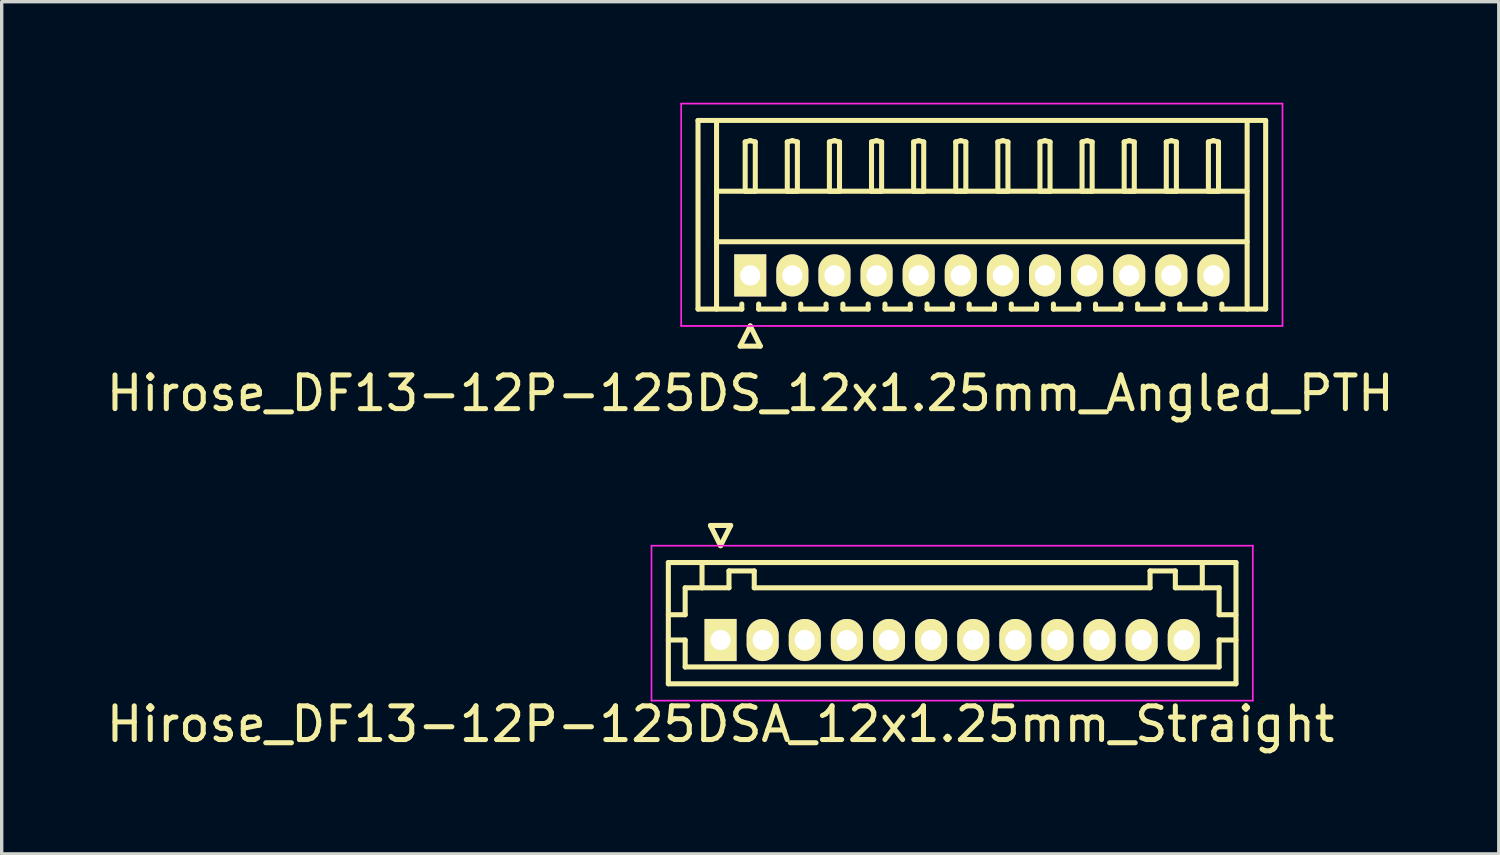
<source format=kicad_pcb>
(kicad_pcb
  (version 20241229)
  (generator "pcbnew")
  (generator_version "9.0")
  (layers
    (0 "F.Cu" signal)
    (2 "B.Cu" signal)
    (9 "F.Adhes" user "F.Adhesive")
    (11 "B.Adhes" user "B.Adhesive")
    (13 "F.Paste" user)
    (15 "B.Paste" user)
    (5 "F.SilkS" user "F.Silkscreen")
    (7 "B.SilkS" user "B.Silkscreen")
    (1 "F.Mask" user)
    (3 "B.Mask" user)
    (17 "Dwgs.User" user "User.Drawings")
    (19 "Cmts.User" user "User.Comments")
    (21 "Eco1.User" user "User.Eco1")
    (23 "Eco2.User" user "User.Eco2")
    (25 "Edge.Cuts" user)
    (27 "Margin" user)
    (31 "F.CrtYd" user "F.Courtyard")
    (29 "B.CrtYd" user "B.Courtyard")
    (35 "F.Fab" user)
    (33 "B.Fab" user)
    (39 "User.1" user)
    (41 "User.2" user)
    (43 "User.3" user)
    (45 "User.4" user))
  (footprint "Hirose_DF13-12P-125DSA_12x1.25mm_Straight"
    (layer "F.Cu")
    (at 18.339 15.948)
    (property "Reference" "Hirose_DF13-12P-125DSA_12x1.25mm_Straight" (at 0 2.5 0) (layer "F.SilkS") (effects (font (size 1 1) (thickness 0.15))))
    (attr through_hole)
    (fp_line (start -1.55 -2.3) (end -1.55 1.3) (stroke (width 0.15) (type solid)) (layer "F.SilkS"))
    (fp_line (start -1.55 -0.75) (end -1.05 -0.75) (stroke (width 0.15) (type solid)) (layer "F.SilkS"))
    (fp_line (start -1.55 0) (end -1.05 0) (stroke (width 0.15) (type solid)) (layer "F.SilkS"))
    (fp_line (start -1.55 1.3) (end 15.3 1.3) (stroke (width 0.15) (type solid)) (layer "F.SilkS"))
    (fp_line (start -1.05 -1.55) (end -0.55 -1.55) (stroke (width 0.15) (type solid)) (layer "F.SilkS"))
    (fp_line (start -1.05 -0.75) (end -1.05 -1.55) (stroke (width 0.15) (type solid)) (layer "F.SilkS"))
    (fp_line (start -1.05 0) (end -1.05 0.8) (stroke (width 0.15) (type solid)) (layer "F.SilkS"))
    (fp_line (start -1.05 0.8) (end 14.8 0.8) (stroke (width 0.15) (type solid)) (layer "F.SilkS"))
    (fp_line (start -0.55 -1.55) (end -0.55 -2.3) (stroke (width 0.15) (type solid)) (layer "F.SilkS"))
    (fp_line (start -0.55 -1.55) (end 0.25 -1.55) (stroke (width 0.15) (type solid)) (layer "F.SilkS"))
    (fp_line (start -0.3 -3.4) (end 0.3 -3.4) (stroke (width 0.15) (type solid)) (layer "F.SilkS"))
    (fp_line (start 0 -2.8) (end -0.3 -3.4) (stroke (width 0.15) (type solid)) (layer "F.SilkS"))
    (fp_line (start 0.25 -2.05) (end 1 -2.05) (stroke (width 0.15) (type solid)) (layer "F.SilkS"))
    (fp_line (start 0.25 -1.55) (end 0.25 -2.05) (stroke (width 0.15) (type solid)) (layer "F.SilkS"))
    (fp_line (start 0.3 -3.4) (end 0 -2.8) (stroke (width 0.15) (type solid)) (layer "F.SilkS"))
    (fp_line (start 1 -2.05) (end 1 -1.55) (stroke (width 0.15) (type solid)) (layer "F.SilkS"))
    (fp_line (start 1 -1.55) (end 12.75 -1.55) (stroke (width 0.15) (type solid)) (layer "F.SilkS"))
    (fp_line (start 12.75 -2.05) (end 13.5 -2.05) (stroke (width 0.15) (type solid)) (layer "F.SilkS"))
    (fp_line (start 12.75 -1.55) (end 12.75 -2.05) (stroke (width 0.15) (type solid)) (layer "F.SilkS"))
    (fp_line (start 13.5 -2.05) (end 13.5 -1.55) (stroke (width 0.15) (type solid)) (layer "F.SilkS"))
    (fp_line (start 13.5 -1.55) (end 14.3 -1.55) (stroke (width 0.15) (type solid)) (layer "F.SilkS"))
    (fp_line (start 14.3 -1.55) (end 14.3 -2.3) (stroke (width 0.15) (type solid)) (layer "F.SilkS"))
    (fp_line (start 14.8 -1.55) (end 14.3 -1.55) (stroke (width 0.15) (type solid)) (layer "F.SilkS"))
    (fp_line (start 14.8 -0.75) (end 14.8 -1.55) (stroke (width 0.15) (type solid)) (layer "F.SilkS"))
    (fp_line (start 14.8 0) (end 15.3 0) (stroke (width 0.15) (type solid)) (layer "F.SilkS"))
    (fp_line (start 14.8 0.8) (end 14.8 0) (stroke (width 0.15) (type solid)) (layer "F.SilkS"))
    (fp_line (start 15.3 -2.3) (end -1.55 -2.3) (stroke (width 0.15) (type solid)) (layer "F.SilkS"))
    (fp_line (start 15.3 -0.75) (end 14.8 -0.75) (stroke (width 0.15) (type solid)) (layer "F.SilkS"))
    (fp_line (start 15.3 1.3) (end 15.3 -2.3) (stroke (width 0.15) (type solid)) (layer "F.SilkS"))
    (fp_line (start -2.05 -2.8) (end -2.05 1.8) (stroke (width 0.05) (type solid)) (layer "F.CrtYd"))
    (fp_line (start -2.05 1.8) (end 15.8 1.8) (stroke (width 0.05) (type solid)) (layer "F.CrtYd"))
    (fp_line (start 15.8 -2.8) (end -2.05 -2.8) (stroke (width 0.05) (type solid)) (layer "F.CrtYd"))
    (fp_line (start 15.8 1.8) (end 15.8 -2.8) (stroke (width 0.05) (type solid)) (layer "F.CrtYd"))
    (pad "1" thru_hole rect (at 0 0) (size 0.95 1.25) (drill 0.6) (layers "*.Cu" "*.Mask" "F.SilkS"))
    (pad "2" thru_hole oval (at 1.25 0) (size 0.95 1.25) (drill 0.6) (layers "*.Cu" "*.Mask" "F.SilkS"))
    (pad "3" thru_hole oval (at 2.5 0) (size 0.95 1.25) (drill 0.6) (layers "*.Cu" "*.Mask" "F.SilkS"))
    (pad "4" thru_hole oval (at 3.75 0) (size 0.95 1.25) (drill 0.6) (layers "*.Cu" "*.Mask" "F.SilkS"))
    (pad "5" thru_hole oval (at 5 0) (size 0.95 1.25) (drill 0.6) (layers "*.Cu" "*.Mask" "F.SilkS"))
    (pad "6" thru_hole oval (at 6.25 0) (size 0.95 1.25) (drill 0.6) (layers "*.Cu" "*.Mask" "F.SilkS"))
    (pad "7" thru_hole oval (at 7.5 0) (size 0.95 1.25) (drill 0.6) (layers "*.Cu" "*.Mask" "F.SilkS"))
    (pad "8" thru_hole oval (at 8.75 0) (size 0.95 1.25) (drill 0.6) (layers "*.Cu" "*.Mask" "F.SilkS"))
    (pad "9" thru_hole oval (at 10 0) (size 0.95 1.25) (drill 0.6) (layers "*.Cu" "*.Mask" "F.SilkS"))
    (pad "10" thru_hole oval (at 11.25 0) (size 0.95 1.25) (drill 0.6) (layers "*.Cu" "*.Mask" "F.SilkS"))
    (pad "11" thru_hole oval (at 12.5 0) (size 0.95 1.25) (drill 0.6) (layers "*.Cu" "*.Mask" "F.SilkS"))
    (pad "12" thru_hole oval (at 13.75 0) (size 0.95 1.25) (drill 0.6) (layers "*.Cu" "*.Mask" "F.SilkS")))
  (footprint "Hirose_DF13-12P-125DS_12x1.25mm_Angled_PTH"
    (layer "F.Cu")
    (at 19.22 5.125)
    (property "Reference" "Hirose_DF13-12P-125DS_12x1.25mm_Angled_PTH" (at 0 3.5 0) (layer "F.SilkS") (effects (font (size 1 1) (thickness 0.15))))
    (attr through_hole)
    (fp_line (start -1.55 -4.6) (end 15.3 -4.6) (stroke (width 0.15) (type solid)) (layer "F.SilkS"))
    (fp_line (start -1.55 1) (end -1.55 -4.6) (stroke (width 0.15) (type solid)) (layer "F.SilkS"))
    (fp_line (start -1 -4.6) (end -1 1) (stroke (width 0.15) (type solid)) (layer "F.SilkS"))
    (fp_line (start -1 -2.5) (end 14.75 -2.5) (stroke (width 0.15) (type solid)) (layer "F.SilkS"))
    (fp_line (start -1 -1) (end 14.75 -1) (stroke (width 0.15) (type solid)) (layer "F.SilkS"))
    (fp_line (start -0.3 2.1) (end 0.3 2.1) (stroke (width 0.15) (type solid)) (layer "F.SilkS"))
    (fp_line (start -0.25 0.85) (end -0.25 1) (stroke (width 0.15) (type solid)) (layer "F.SilkS"))
    (fp_line (start -0.25 1) (end -1.55 1) (stroke (width 0.15) (type solid)) (layer "F.SilkS"))
    (fp_line (start -0.15 -3.962) (end 0 -4) (stroke (width 0.15) (type solid)) (layer "F.SilkS"))
    (fp_line (start -0.15 -2.5) (end -0.15 -3.962) (stroke (width 0.15) (type solid)) (layer "F.SilkS"))
    (fp_line (start 0 -4) (end 0.15 -3.962) (stroke (width 0.15) (type solid)) (layer "F.SilkS"))
    (fp_line (start 0 -2.5) (end -0.15 -2.5) (stroke (width 0.15) (type solid)) (layer "F.SilkS"))
    (fp_line (start 0 1.5) (end -0.3 2.1) (stroke (width 0.15) (type solid)) (layer "F.SilkS"))
    (fp_line (start 0.15 -3.962) (end 0.15 -2.5) (stroke (width 0.15) (type solid)) (layer "F.SilkS"))
    (fp_line (start 0.15 -2.5) (end 0 -2.5) (stroke (width 0.15) (type solid)) (layer "F.SilkS"))
    (fp_line (start 0.25 0.85) (end 0.25 1) (stroke (width 0.15) (type solid)) (layer "F.SilkS"))
    (fp_line (start 0.25 1) (end 1 1) (stroke (width 0.15) (type solid)) (layer "F.SilkS"))
    (fp_line (start 0.3 2.1) (end 0 1.5) (stroke (width 0.15) (type solid)) (layer "F.SilkS"))
    (fp_line (start 1 1) (end 1 0.85) (stroke (width 0.15) (type solid)) (layer "F.SilkS"))
    (fp_line (start 1.1 -3.962) (end 1.25 -4) (stroke (width 0.15) (type solid)) (layer "F.SilkS"))
    (fp_line (start 1.1 -2.5) (end 1.1 -3.962) (stroke (width 0.15) (type solid)) (layer "F.SilkS"))
    (fp_line (start 1.25 -4) (end 1.4 -3.962) (stroke (width 0.15) (type solid)) (layer "F.SilkS"))
    (fp_line (start 1.25 -2.5) (end 1.1 -2.5) (stroke (width 0.15) (type solid)) (layer "F.SilkS"))
    (fp_line (start 1.4 -3.962) (end 1.4 -2.5) (stroke (width 0.15) (type solid)) (layer "F.SilkS"))
    (fp_line (start 1.4 -2.5) (end 1.25 -2.5) (stroke (width 0.15) (type solid)) (layer "F.SilkS"))
    (fp_line (start 1.5 0.85) (end 1.5 1) (stroke (width 0.15) (type solid)) (layer "F.SilkS"))
    (fp_line (start 1.5 1) (end 2.25 1) (stroke (width 0.15) (type solid)) (layer "F.SilkS"))
    (fp_line (start 2.25 1) (end 2.25 0.85) (stroke (width 0.15) (type solid)) (layer "F.SilkS"))
    (fp_line (start 2.35 -3.962) (end 2.5 -4) (stroke (width 0.15) (type solid)) (layer "F.SilkS"))
    (fp_line (start 2.35 -2.5) (end 2.35 -3.962) (stroke (width 0.15) (type solid)) (layer "F.SilkS"))
    (fp_line (start 2.5 -4) (end 2.65 -3.962) (stroke (width 0.15) (type solid)) (layer "F.SilkS"))
    (fp_line (start 2.5 -2.5) (end 2.35 -2.5) (stroke (width 0.15) (type solid)) (layer "F.SilkS"))
    (fp_line (start 2.65 -3.962) (end 2.65 -2.5) (stroke (width 0.15) (type solid)) (layer "F.SilkS"))
    (fp_line (start 2.65 -2.5) (end 2.5 -2.5) (stroke (width 0.15) (type solid)) (layer "F.SilkS"))
    (fp_line (start 2.75 0.85) (end 2.75 1) (stroke (width 0.15) (type solid)) (layer "F.SilkS"))
    (fp_line (start 2.75 1) (end 3.5 1) (stroke (width 0.15) (type solid)) (layer "F.SilkS"))
    (fp_line (start 3.5 1) (end 3.5 0.85) (stroke (width 0.15) (type solid)) (layer "F.SilkS"))
    (fp_line (start 3.6 -3.962) (end 3.75 -4) (stroke (width 0.15) (type solid)) (layer "F.SilkS"))
    (fp_line (start 3.6 -2.5) (end 3.6 -3.962) (stroke (width 0.15) (type solid)) (layer "F.SilkS"))
    (fp_line (start 3.75 -4) (end 3.9 -3.962) (stroke (width 0.15) (type solid)) (layer "F.SilkS"))
    (fp_line (start 3.75 -2.5) (end 3.6 -2.5) (stroke (width 0.15) (type solid)) (layer "F.SilkS"))
    (fp_line (start 3.9 -3.962) (end 3.9 -2.5) (stroke (width 0.15) (type solid)) (layer "F.SilkS"))
    (fp_line (start 3.9 -2.5) (end 3.75 -2.5) (stroke (width 0.15) (type solid)) (layer "F.SilkS"))
    (fp_line (start 4 0.85) (end 4 1) (stroke (width 0.15) (type solid)) (layer "F.SilkS"))
    (fp_line (start 4 1) (end 4.75 1) (stroke (width 0.15) (type solid)) (layer "F.SilkS"))
    (fp_line (start 4.75 1) (end 4.75 0.85) (stroke (width 0.15) (type solid)) (layer "F.SilkS"))
    (fp_line (start 4.85 -3.962) (end 5 -4) (stroke (width 0.15) (type solid)) (layer "F.SilkS"))
    (fp_line (start 4.85 -2.5) (end 4.85 -3.962) (stroke (width 0.15) (type solid)) (layer "F.SilkS"))
    (fp_line (start 5 -4) (end 5.15 -3.962) (stroke (width 0.15) (type solid)) (layer "F.SilkS"))
    (fp_line (start 5 -2.5) (end 4.85 -2.5) (stroke (width 0.15) (type solid)) (layer "F.SilkS"))
    (fp_line (start 5.15 -3.962) (end 5.15 -2.5) (stroke (width 0.15) (type solid)) (layer "F.SilkS"))
    (fp_line (start 5.15 -2.5) (end 5 -2.5) (stroke (width 0.15) (type solid)) (layer "F.SilkS"))
    (fp_line (start 5.25 0.85) (end 5.25 1) (stroke (width 0.15) (type solid)) (layer "F.SilkS"))
    (fp_line (start 5.25 1) (end 6 1) (stroke (width 0.15) (type solid)) (layer "F.SilkS"))
    (fp_line (start 6 1) (end 6 0.85) (stroke (width 0.15) (type solid)) (layer "F.SilkS"))
    (fp_line (start 6.1 -3.962) (end 6.25 -4) (stroke (width 0.15) (type solid)) (layer "F.SilkS"))
    (fp_line (start 6.1 -2.5) (end 6.1 -3.962) (stroke (width 0.15) (type solid)) (layer "F.SilkS"))
    (fp_line (start 6.25 -4) (end 6.4 -3.962) (stroke (width 0.15) (type solid)) (layer "F.SilkS"))
    (fp_line (start 6.25 -2.5) (end 6.1 -2.5) (stroke (width 0.15) (type solid)) (layer "F.SilkS"))
    (fp_line (start 6.4 -3.962) (end 6.4 -2.5) (stroke (width 0.15) (type solid)) (layer "F.SilkS"))
    (fp_line (start 6.4 -2.5) (end 6.25 -2.5) (stroke (width 0.15) (type solid)) (layer "F.SilkS"))
    (fp_line (start 6.5 0.85) (end 6.5 1) (stroke (width 0.15) (type solid)) (layer "F.SilkS"))
    (fp_line (start 6.5 1) (end 7.25 1) (stroke (width 0.15) (type solid)) (layer "F.SilkS"))
    (fp_line (start 7.25 1) (end 7.25 0.85) (stroke (width 0.15) (type solid)) (layer "F.SilkS"))
    (fp_line (start 7.35 -3.962) (end 7.5 -4) (stroke (width 0.15) (type solid)) (layer "F.SilkS"))
    (fp_line (start 7.35 -2.5) (end 7.35 -3.962) (stroke (width 0.15) (type solid)) (layer "F.SilkS"))
    (fp_line (start 7.5 -4) (end 7.65 -3.962) (stroke (width 0.15) (type solid)) (layer "F.SilkS"))
    (fp_line (start 7.5 -2.5) (end 7.35 -2.5) (stroke (width 0.15) (type solid)) (layer "F.SilkS"))
    (fp_line (start 7.65 -3.962) (end 7.65 -2.5) (stroke (width 0.15) (type solid)) (layer "F.SilkS"))
    (fp_line (start 7.65 -2.5) (end 7.5 -2.5) (stroke (width 0.15) (type solid)) (layer "F.SilkS"))
    (fp_line (start 7.75 0.85) (end 7.75 1) (stroke (width 0.15) (type solid)) (layer "F.SilkS"))
    (fp_line (start 7.75 1) (end 8.5 1) (stroke (width 0.15) (type solid)) (layer "F.SilkS"))
    (fp_line (start 8.5 1) (end 8.5 0.85) (stroke (width 0.15) (type solid)) (layer "F.SilkS"))
    (fp_line (start 8.6 -3.962) (end 8.75 -4) (stroke (width 0.15) (type solid)) (layer "F.SilkS"))
    (fp_line (start 8.6 -2.5) (end 8.6 -3.962) (stroke (width 0.15) (type solid)) (layer "F.SilkS"))
    (fp_line (start 8.75 -4) (end 8.9 -3.962) (stroke (width 0.15) (type solid)) (layer "F.SilkS"))
    (fp_line (start 8.75 -2.5) (end 8.6 -2.5) (stroke (width 0.15) (type solid)) (layer "F.SilkS"))
    (fp_line (start 8.9 -3.962) (end 8.9 -2.5) (stroke (width 0.15) (type solid)) (layer "F.SilkS"))
    (fp_line (start 8.9 -2.5) (end 8.75 -2.5) (stroke (width 0.15) (type solid)) (layer "F.SilkS"))
    (fp_line (start 9 0.85) (end 9 1) (stroke (width 0.15) (type solid)) (layer "F.SilkS"))
    (fp_line (start 9 1) (end 9.75 1) (stroke (width 0.15) (type solid)) (layer "F.SilkS"))
    (fp_line (start 9.75 1) (end 9.75 0.85) (stroke (width 0.15) (type solid)) (layer "F.SilkS"))
    (fp_line (start 9.85 -3.962) (end 10 -4) (stroke (width 0.15) (type solid)) (layer "F.SilkS"))
    (fp_line (start 9.85 -2.5) (end 9.85 -3.962) (stroke (width 0.15) (type solid)) (layer "F.SilkS"))
    (fp_line (start 10 -4) (end 10.15 -3.962) (stroke (width 0.15) (type solid)) (layer "F.SilkS"))
    (fp_line (start 10 -2.5) (end 9.85 -2.5) (stroke (width 0.15) (type solid)) (layer "F.SilkS"))
    (fp_line (start 10.15 -3.962) (end 10.15 -2.5) (stroke (width 0.15) (type solid)) (layer "F.SilkS"))
    (fp_line (start 10.15 -2.5) (end 10 -2.5) (stroke (width 0.15) (type solid)) (layer "F.SilkS"))
    (fp_line (start 10.25 0.85) (end 10.25 1) (stroke (width 0.15) (type solid)) (layer "F.SilkS"))
    (fp_line (start 10.25 1) (end 11 1) (stroke (width 0.15) (type solid)) (layer "F.SilkS"))
    (fp_line (start 11 1) (end 11 0.85) (stroke (width 0.15) (type solid)) (layer "F.SilkS"))
    (fp_line (start 11.1 -3.962) (end 11.25 -4) (stroke (width 0.15) (type solid)) (layer "F.SilkS"))
    (fp_line (start 11.1 -2.5) (end 11.1 -3.962) (stroke (width 0.15) (type solid)) (layer "F.SilkS"))
    (fp_line (start 11.25 -4) (end 11.4 -3.962) (stroke (width 0.15) (type solid)) (layer "F.SilkS"))
    (fp_line (start 11.25 -2.5) (end 11.1 -2.5) (stroke (width 0.15) (type solid)) (layer "F.SilkS"))
    (fp_line (start 11.4 -3.962) (end 11.4 -2.5) (stroke (width 0.15) (type solid)) (layer "F.SilkS"))
    (fp_line (start 11.4 -2.5) (end 11.25 -2.5) (stroke (width 0.15) (type solid)) (layer "F.SilkS"))
    (fp_line (start 11.5 0.85) (end 11.5 1) (stroke (width 0.15) (type solid)) (layer "F.SilkS"))
    (fp_line (start 11.5 1) (end 12.25 1) (stroke (width 0.15) (type solid)) (layer "F.SilkS"))
    (fp_line (start 12.25 1) (end 12.25 0.85) (stroke (width 0.15) (type solid)) (layer "F.SilkS"))
    (fp_line (start 12.35 -3.962) (end 12.5 -4) (stroke (width 0.15) (type solid)) (layer "F.SilkS"))
    (fp_line (start 12.35 -2.5) (end 12.35 -3.962) (stroke (width 0.15) (type solid)) (layer "F.SilkS"))
    (fp_line (start 12.5 -4) (end 12.65 -3.962) (stroke (width 0.15) (type solid)) (layer "F.SilkS"))
    (fp_line (start 12.5 -2.5) (end 12.35 -2.5) (stroke (width 0.15) (type solid)) (layer "F.SilkS"))
    (fp_line (start 12.65 -3.962) (end 12.65 -2.5) (stroke (width 0.15) (type solid)) (layer "F.SilkS"))
    (fp_line (start 12.65 -2.5) (end 12.5 -2.5) (stroke (width 0.15) (type solid)) (layer "F.SilkS"))
    (fp_line (start 12.75 0.85) (end 12.75 1) (stroke (width 0.15) (type solid)) (layer "F.SilkS"))
    (fp_line (start 12.75 1) (end 13.5 1) (stroke (width 0.15) (type solid)) (layer "F.SilkS"))
    (fp_line (start 13.5 1) (end 13.5 0.85) (stroke (width 0.15) (type solid)) (layer "F.SilkS"))
    (fp_line (start 13.6 -3.962) (end 13.75 -4) (stroke (width 0.15) (type solid)) (layer "F.SilkS"))
    (fp_line (start 13.6 -2.5) (end 13.6 -3.962) (stroke (width 0.15) (type solid)) (layer "F.SilkS"))
    (fp_line (start 13.75 -4) (end 13.9 -3.962) (stroke (width 0.15) (type solid)) (layer "F.SilkS"))
    (fp_line (start 13.75 -2.5) (end 13.6 -2.5) (stroke (width 0.15) (type solid)) (layer "F.SilkS"))
    (fp_line (start 13.9 -3.962) (end 13.9 -2.5) (stroke (width 0.15) (type solid)) (layer "F.SilkS"))
    (fp_line (start 13.9 -2.5) (end 13.75 -2.5) (stroke (width 0.15) (type solid)) (layer "F.SilkS"))
    (fp_line (start 14 1) (end 14 0.85) (stroke (width 0.15) (type solid)) (layer "F.SilkS"))
    (fp_line (start 14.75 -4.6) (end 14.75 1) (stroke (width 0.15) (type solid)) (layer "F.SilkS"))
    (fp_line (start 15.3 -4.6) (end 15.3 1) (stroke (width 0.15) (type solid)) (layer "F.SilkS"))
    (fp_line (start 15.3 1) (end 14 1) (stroke (width 0.15) (type solid)) (layer "F.SilkS"))
    (fp_line (start -2.05 -5.1) (end -2.05 1.5) (stroke (width 0.05) (type solid)) (layer "F.CrtYd"))
    (fp_line (start -2.05 1.5) (end 15.8 1.5) (stroke (width 0.05) (type solid)) (layer "F.CrtYd"))
    (fp_line (start 15.8 -5.1) (end -2.05 -5.1) (stroke (width 0.05) (type solid)) (layer "F.CrtYd"))
    (fp_line (start 15.8 1.5) (end 15.8 -5.1) (stroke (width 0.05) (type solid)) (layer "F.CrtYd"))
    (pad "1" thru_hole rect (at 0 0) (size 0.95 1.25) (drill 0.6) (layers "*.Cu" "*.Mask" "F.SilkS"))
    (pad "2" thru_hole oval (at 1.25 0) (size 0.95 1.25) (drill 0.6) (layers "*.Cu" "*.Mask" "F.SilkS"))
    (pad "3" thru_hole oval (at 2.5 0) (size 0.95 1.25) (drill 0.6) (layers "*.Cu" "*.Mask" "F.SilkS"))
    (pad "4" thru_hole oval (at 3.75 0) (size 0.95 1.25) (drill 0.6) (layers "*.Cu" "*.Mask" "F.SilkS"))
    (pad "5" thru_hole oval (at 5 0) (size 0.95 1.25) (drill 0.6) (layers "*.Cu" "*.Mask" "F.SilkS"))
    (pad "6" thru_hole oval (at 6.25 0) (size 0.95 1.25) (drill 0.6) (layers "*.Cu" "*.Mask" "F.SilkS"))
    (pad "7" thru_hole oval (at 7.5 0) (size 0.95 1.25) (drill 0.6) (layers "*.Cu" "*.Mask" "F.SilkS"))
    (pad "8" thru_hole oval (at 8.75 0) (size 0.95 1.25) (drill 0.6) (layers "*.Cu" "*.Mask" "F.SilkS"))
    (pad "9" thru_hole oval (at 10 0) (size 0.95 1.25) (drill 0.6) (layers "*.Cu" "*.Mask" "F.SilkS"))
    (pad "10" thru_hole oval (at 11.25 0) (size 0.95 1.25) (drill 0.6) (layers "*.Cu" "*.Mask" "F.SilkS"))
    (pad "11" thru_hole oval (at 12.5 0) (size 0.95 1.25) (drill 0.6) (layers "*.Cu" "*.Mask" "F.SilkS"))
    (pad "12" thru_hole oval (at 13.75 0) (size 0.95 1.25) (drill 0.6) (layers "*.Cu" "*.Mask" "F.SilkS")))
  (gr_rect
    (start -3 -3)
    (end 41.44 22.297)
    (stroke (width 0.1) (type default))
    (fill no)
    (layer "Edge.Cuts")))
</source>
